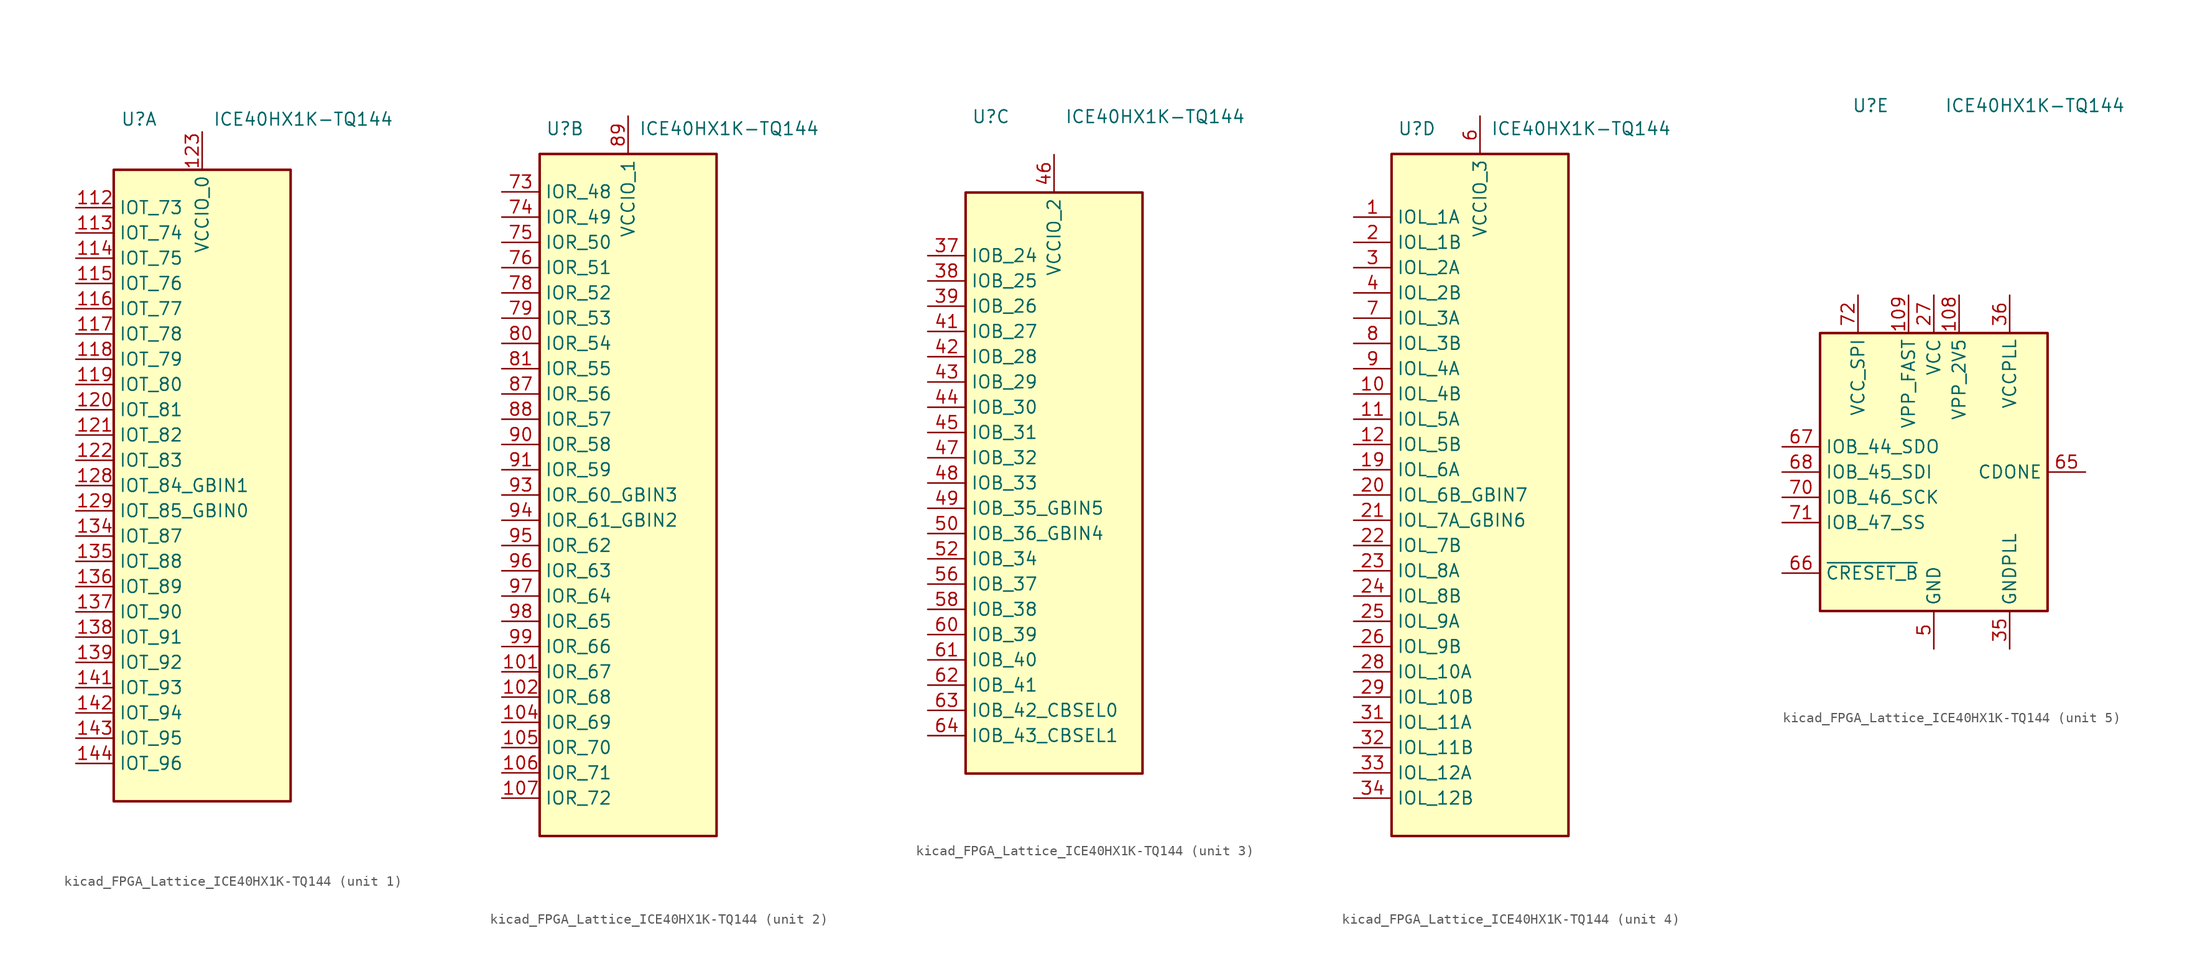
<source format=kicad_sym>
(kicad_symbol_lib
  (version 20220914)
  (generator kicad_symbol_editor)
  (symbol "kicad_FPGA_Lattice_ICE40HX1K-TQ144"
    (property "Reference" "U"
      (at -6.35 36.83 0)
      (effects (font (size 1.27 1.27))))
    (property "Value" "ICE40HX1K-TQ144"
      (at 10.16 36.83 0)
      (effects (font (size 1.27 1.27))))
    (property "ki_locked" ""
      (at 0 0 0)
      (effects (font (size 1.27 1.27))))
    (symbol "kicad_FPGA_Lattice_ICE40HX1K-TQ144_1_1"
      (rectangle (start -8.89 31.75) (end 8.89 -31.75) (stroke (width 0.254) (type default)) (fill (type background)))
      (pin bidirectional line (at -12.7 27.94 0) (length 3.81) (name "IOT_73" (effects (font (size 1.27 1.27)))) (number "112" (effects (font (size 1.27 1.27)))))
      (pin bidirectional line (at -12.7 25.4 0) (length 3.81) (name "IOT_74" (effects (font (size 1.27 1.27)))) (number "113" (effects (font (size 1.27 1.27)))))
      (pin bidirectional line (at -12.7 22.86 0) (length 3.81) (name "IOT_75" (effects (font (size 1.27 1.27)))) (number "114" (effects (font (size 1.27 1.27)))))
      (pin bidirectional line (at -12.7 20.32 0) (length 3.81) (name "IOT_76" (effects (font (size 1.27 1.27)))) (number "115" (effects (font (size 1.27 1.27)))))
      (pin bidirectional line (at -12.7 17.78 0) (length 3.81) (name "IOT_77" (effects (font (size 1.27 1.27)))) (number "116" (effects (font (size 1.27 1.27)))))
      (pin bidirectional line (at -12.7 15.24 0) (length 3.81) (name "IOT_78" (effects (font (size 1.27 1.27)))) (number "117" (effects (font (size 1.27 1.27)))))
      (pin bidirectional line (at -12.7 12.7 0) (length 3.81) (name "IOT_79" (effects (font (size 1.27 1.27)))) (number "118" (effects (font (size 1.27 1.27)))))
      (pin bidirectional line (at -12.7 10.16 0) (length 3.81) (name "IOT_80" (effects (font (size 1.27 1.27)))) (number "119" (effects (font (size 1.27 1.27)))))
      (pin bidirectional line (at -12.7 7.62 0) (length 3.81) (name "IOT_81" (effects (font (size 1.27 1.27)))) (number "120" (effects (font (size 1.27 1.27)))))
      (pin bidirectional line (at -12.7 5.08 0) (length 3.81) (name "IOT_82" (effects (font (size 1.27 1.27)))) (number "121" (effects (font (size 1.27 1.27)))))
      (pin bidirectional line (at -12.7 2.54 0) (length 3.81) (name "IOT_83" (effects (font (size 1.27 1.27)))) (number "122" (effects (font (size 1.27 1.27)))))
      (pin power_in line (at 0 35.56 270) (length 3.81) (name "VCCIO_0" (effects (font (size 1.27 1.27)))) (number "123" (effects (font (size 1.27 1.27)))))
      (pin bidirectional line (at -12.7 0 0) (length 3.81) (name "IOT_84_GBIN1" (effects (font (size 1.27 1.27)))) (number "128" (effects (font (size 1.27 1.27)))))
      (pin bidirectional line (at -12.7 -2.54 0) (length 3.81) (name "IOT_85_GBIN0" (effects (font (size 1.27 1.27)))) (number "129" (effects (font (size 1.27 1.27)))))
      (pin passive line (at 0 35.56 270) (length 3.81) hide (name "VCCIO_0" (effects (font (size 1.27 1.27)))) (number "133" (effects (font (size 1.27 1.27)))))
      (pin bidirectional line (at -12.7 -5.08 0) (length 3.81) (name "IOT_87" (effects (font (size 1.27 1.27)))) (number "134" (effects (font (size 1.27 1.27)))))
      (pin bidirectional line (at -12.7 -7.62 0) (length 3.81) (name "IOT_88" (effects (font (size 1.27 1.27)))) (number "135" (effects (font (size 1.27 1.27)))))
      (pin bidirectional line (at -12.7 -10.16 0) (length 3.81) (name "IOT_89" (effects (font (size 1.27 1.27)))) (number "136" (effects (font (size 1.27 1.27)))))
      (pin bidirectional line (at -12.7 -12.7 0) (length 3.81) (name "IOT_90" (effects (font (size 1.27 1.27)))) (number "137" (effects (font (size 1.27 1.27)))))
      (pin bidirectional line (at -12.7 -15.24 0) (length 3.81) (name "IOT_91" (effects (font (size 1.27 1.27)))) (number "138" (effects (font (size 1.27 1.27)))))
      (pin bidirectional line (at -12.7 -17.78 0) (length 3.81) (name "IOT_92" (effects (font (size 1.27 1.27)))) (number "139" (effects (font (size 1.27 1.27)))))
      (pin bidirectional line (at -12.7 -20.32 0) (length 3.81) (name "IOT_93" (effects (font (size 1.27 1.27)))) (number "141" (effects (font (size 1.27 1.27)))))
      (pin bidirectional line (at -12.7 -22.86 0) (length 3.81) (name "IOT_94" (effects (font (size 1.27 1.27)))) (number "142" (effects (font (size 1.27 1.27)))))
      (pin bidirectional line (at -12.7 -25.4 0) (length 3.81) (name "IOT_95" (effects (font (size 1.27 1.27)))) (number "143" (effects (font (size 1.27 1.27)))))
      (pin bidirectional line (at -12.7 -27.94 0) (length 3.81) (name "IOT_96" (effects (font (size 1.27 1.27)))) (number "144" (effects (font (size 1.27 1.27)))))
      (pin no_connect line (at 7.62 10.16 180) (length 3.81) hide (name "NC" (effects (font (size 1.27 1.27)))) (number "15" (effects (font (size 1.27 1.27)))))
      (pin no_connect line (at 7.62 7.62 180) (length 3.81) hide (name "NC" (effects (font (size 1.27 1.27)))) (number "16" (effects (font (size 1.27 1.27)))))
      (pin no_connect line (at 7.62 5.08 180) (length 3.81) hide (name "NC" (effects (font (size 1.27 1.27)))) (number "17" (effects (font (size 1.27 1.27)))))
      (pin no_connect line (at 7.62 -7.62 180) (length 3.81) hide (name "NC" (effects (font (size 1.27 1.27)))) (number "18" (effects (font (size 1.27 1.27)))))
      (pin no_connect line (at 7.62 -10.16 180) (length 3.81) hide (name "NC" (effects (font (size 1.27 1.27)))) (number "77" (effects (font (size 1.27 1.27))))))
    (symbol "kicad_FPGA_Lattice_ICE40HX1K-TQ144_2_1"
      (rectangle (start -8.89 34.29) (end 8.89 -34.29) (stroke (width 0.254) (type default)) (fill (type background)))
      (pin passive line (at 0 38.1 270) (length 3.81) hide (name "VCCIO_1" (effects (font (size 1.27 1.27)))) (number "100" (effects (font (size 1.27 1.27)))))
      (pin bidirectional line (at -12.7 -17.78 0) (length 3.81) (name "IOR_67" (effects (font (size 1.27 1.27)))) (number "101" (effects (font (size 1.27 1.27)))))
      (pin bidirectional line (at -12.7 -20.32 0) (length 3.81) (name "IOR_68" (effects (font (size 1.27 1.27)))) (number "102" (effects (font (size 1.27 1.27)))))
      (pin bidirectional line (at -12.7 -22.86 0) (length 3.81) (name "IOR_69" (effects (font (size 1.27 1.27)))) (number "104" (effects (font (size 1.27 1.27)))))
      (pin bidirectional line (at -12.7 -25.4 0) (length 3.81) (name "IOR_70" (effects (font (size 1.27 1.27)))) (number "105" (effects (font (size 1.27 1.27)))))
      (pin bidirectional line (at -12.7 -27.94 0) (length 3.81) (name "IOR_71" (effects (font (size 1.27 1.27)))) (number "106" (effects (font (size 1.27 1.27)))))
      (pin bidirectional line (at -12.7 -30.48 0) (length 3.81) (name "IOR_72" (effects (font (size 1.27 1.27)))) (number "107" (effects (font (size 1.27 1.27)))))
      (pin no_connect line (at 7.62 10.16 180) (length 3.81) hide (name "NC" (effects (font (size 1.27 1.27)))) (number "40" (effects (font (size 1.27 1.27)))))
      (pin no_connect line (at 7.62 7.62 180) (length 3.81) hide (name "NC" (effects (font (size 1.27 1.27)))) (number "53" (effects (font (size 1.27 1.27)))))
      (pin no_connect line (at 7.62 5.08 180) (length 3.81) hide (name "NC" (effects (font (size 1.27 1.27)))) (number "54" (effects (font (size 1.27 1.27)))))
      (pin no_connect line (at 7.62 -7.62 180) (length 3.81) hide (name "NC" (effects (font (size 1.27 1.27)))) (number "55" (effects (font (size 1.27 1.27)))))
      (pin bidirectional line (at -12.7 30.48 0) (length 3.81) (name "IOR_48" (effects (font (size 1.27 1.27)))) (number "73" (effects (font (size 1.27 1.27)))))
      (pin bidirectional line (at -12.7 27.94 0) (length 3.81) (name "IOR_49" (effects (font (size 1.27 1.27)))) (number "74" (effects (font (size 1.27 1.27)))))
      (pin bidirectional line (at -12.7 25.4 0) (length 3.81) (name "IOR_50" (effects (font (size 1.27 1.27)))) (number "75" (effects (font (size 1.27 1.27)))))
      (pin bidirectional line (at -12.7 22.86 0) (length 3.81) (name "IOR_51" (effects (font (size 1.27 1.27)))) (number "76" (effects (font (size 1.27 1.27)))))
      (pin bidirectional line (at -12.7 20.32 0) (length 3.81) (name "IOR_52" (effects (font (size 1.27 1.27)))) (number "78" (effects (font (size 1.27 1.27)))))
      (pin bidirectional line (at -12.7 17.78 0) (length 3.81) (name "IOR_53" (effects (font (size 1.27 1.27)))) (number "79" (effects (font (size 1.27 1.27)))))
      (pin bidirectional line (at -12.7 15.24 0) (length 3.81) (name "IOR_54" (effects (font (size 1.27 1.27)))) (number "80" (effects (font (size 1.27 1.27)))))
      (pin bidirectional line (at -12.7 12.7 0) (length 3.81) (name "IOR_55" (effects (font (size 1.27 1.27)))) (number "81" (effects (font (size 1.27 1.27)))))
      (pin no_connect line (at 7.62 -10.16 180) (length 3.81) hide (name "NC" (effects (font (size 1.27 1.27)))) (number "82" (effects (font (size 1.27 1.27)))))
      (pin bidirectional line (at -12.7 10.16 0) (length 3.81) (name "IOR_56" (effects (font (size 1.27 1.27)))) (number "87" (effects (font (size 1.27 1.27)))))
      (pin bidirectional line (at -12.7 7.62 0) (length 3.81) (name "IOR_57" (effects (font (size 1.27 1.27)))) (number "88" (effects (font (size 1.27 1.27)))))
      (pin power_in line (at 0 38.1 270) (length 3.81) (name "VCCIO_1" (effects (font (size 1.27 1.27)))) (number "89" (effects (font (size 1.27 1.27)))))
      (pin bidirectional line (at -12.7 5.08 0) (length 3.81) (name "IOR_58" (effects (font (size 1.27 1.27)))) (number "90" (effects (font (size 1.27 1.27)))))
      (pin bidirectional line (at -12.7 2.54 0) (length 3.81) (name "IOR_59" (effects (font (size 1.27 1.27)))) (number "91" (effects (font (size 1.27 1.27)))))
      (pin bidirectional line (at -12.7 0 0) (length 3.81) (name "IOR_60_GBIN3" (effects (font (size 1.27 1.27)))) (number "93" (effects (font (size 1.27 1.27)))))
      (pin bidirectional line (at -12.7 -2.54 0) (length 3.81) (name "IOR_61_GBIN2" (effects (font (size 1.27 1.27)))) (number "94" (effects (font (size 1.27 1.27)))))
      (pin bidirectional line (at -12.7 -5.08 0) (length 3.81) (name "IOR_62" (effects (font (size 1.27 1.27)))) (number "95" (effects (font (size 1.27 1.27)))))
      (pin bidirectional line (at -12.7 -7.62 0) (length 3.81) (name "IOR_63" (effects (font (size 1.27 1.27)))) (number "96" (effects (font (size 1.27 1.27)))))
      (pin bidirectional line (at -12.7 -10.16 0) (length 3.81) (name "IOR_64" (effects (font (size 1.27 1.27)))) (number "97" (effects (font (size 1.27 1.27)))))
      (pin bidirectional line (at -12.7 -12.7 0) (length 3.81) (name "IOR_65" (effects (font (size 1.27 1.27)))) (number "98" (effects (font (size 1.27 1.27)))))
      (pin bidirectional line (at -12.7 -15.24 0) (length 3.81) (name "IOR_66" (effects (font (size 1.27 1.27)))) (number "99" (effects (font (size 1.27 1.27))))))
    (symbol "kicad_FPGA_Lattice_ICE40HX1K-TQ144_3_1"
      (rectangle (start -8.89 29.21) (end 8.89 -29.21) (stroke (width 0.254) (type default)) (fill (type background)))
      (pin no_connect line (at 7.62 -10.16 180) (length 3.81) hide (name "NC" (effects (font (size 1.27 1.27)))) (number "110" (effects (font (size 1.27 1.27)))))
      (pin no_connect line (at 7.62 -17.78 180) (length 3.81) hide (name "NC" (effects (font (size 1.27 1.27)))) (number "124" (effects (font (size 1.27 1.27)))))
      (pin bidirectional line (at -12.7 22.86 0) (length 3.81) (name "IOB_24" (effects (font (size 1.27 1.27)))) (number "37" (effects (font (size 1.27 1.27)))))
      (pin bidirectional line (at -12.7 20.32 0) (length 3.81) (name "IOB_25" (effects (font (size 1.27 1.27)))) (number "38" (effects (font (size 1.27 1.27)))))
      (pin bidirectional line (at -12.7 17.78 0) (length 3.81) (name "IOB_26" (effects (font (size 1.27 1.27)))) (number "39" (effects (font (size 1.27 1.27)))))
      (pin bidirectional line (at -12.7 15.24 0) (length 3.81) (name "IOB_27" (effects (font (size 1.27 1.27)))) (number "41" (effects (font (size 1.27 1.27)))))
      (pin bidirectional line (at -12.7 12.7 0) (length 3.81) (name "IOB_28" (effects (font (size 1.27 1.27)))) (number "42" (effects (font (size 1.27 1.27)))))
      (pin bidirectional line (at -12.7 10.16 0) (length 3.81) (name "IOB_29" (effects (font (size 1.27 1.27)))) (number "43" (effects (font (size 1.27 1.27)))))
      (pin bidirectional line (at -12.7 7.62 0) (length 3.81) (name "IOB_30" (effects (font (size 1.27 1.27)))) (number "44" (effects (font (size 1.27 1.27)))))
      (pin bidirectional line (at -12.7 5.08 0) (length 3.81) (name "IOB_31" (effects (font (size 1.27 1.27)))) (number "45" (effects (font (size 1.27 1.27)))))
      (pin power_in line (at 0 33.02 270) (length 3.81) (name "VCCIO_2" (effects (font (size 1.27 1.27)))) (number "46" (effects (font (size 1.27 1.27)))))
      (pin bidirectional line (at -12.7 2.54 0) (length 3.81) (name "IOB_32" (effects (font (size 1.27 1.27)))) (number "47" (effects (font (size 1.27 1.27)))))
      (pin bidirectional line (at -12.7 0 0) (length 3.81) (name "IOB_33" (effects (font (size 1.27 1.27)))) (number "48" (effects (font (size 1.27 1.27)))))
      (pin bidirectional line (at -12.7 -2.54 0) (length 3.81) (name "IOB_35_GBIN5" (effects (font (size 1.27 1.27)))) (number "49" (effects (font (size 1.27 1.27)))))
      (pin bidirectional line (at -12.7 -5.08 0) (length 3.81) (name "IOB_36_GBIN4" (effects (font (size 1.27 1.27)))) (number "50" (effects (font (size 1.27 1.27)))))
      (pin bidirectional line (at -12.7 -7.62 0) (length 3.81) (name "IOB_34" (effects (font (size 1.27 1.27)))) (number "52" (effects (font (size 1.27 1.27)))))
      (pin bidirectional line (at -12.7 -10.16 0) (length 3.81) (name "IOB_37" (effects (font (size 1.27 1.27)))) (number "56" (effects (font (size 1.27 1.27)))))
      (pin passive line (at 0 33.02 270) (length 3.81) hide (name "VCCIO_2" (effects (font (size 1.27 1.27)))) (number "57" (effects (font (size 1.27 1.27)))))
      (pin bidirectional line (at -12.7 -12.7 0) (length 3.81) (name "IOB_38" (effects (font (size 1.27 1.27)))) (number "58" (effects (font (size 1.27 1.27)))))
      (pin bidirectional line (at -12.7 -15.24 0) (length 3.81) (name "IOB_39" (effects (font (size 1.27 1.27)))) (number "60" (effects (font (size 1.27 1.27)))))
      (pin bidirectional line (at -12.7 -17.78 0) (length 3.81) (name "IOB_40" (effects (font (size 1.27 1.27)))) (number "61" (effects (font (size 1.27 1.27)))))
      (pin bidirectional line (at -12.7 -20.32 0) (length 3.81) (name "IOB_41" (effects (font (size 1.27 1.27)))) (number "62" (effects (font (size 1.27 1.27)))))
      (pin bidirectional line (at -12.7 -22.86 0) (length 3.81) (name "IOB_42_CBSEL0" (effects (font (size 1.27 1.27)))) (number "63" (effects (font (size 1.27 1.27)))))
      (pin bidirectional line (at -12.7 -25.4 0) (length 3.81) (name "IOB_43_CBSEL1" (effects (font (size 1.27 1.27)))) (number "64" (effects (font (size 1.27 1.27)))))
      (pin no_connect line (at 7.62 10.16 180) (length 3.81) hide (name "NC" (effects (font (size 1.27 1.27)))) (number "83" (effects (font (size 1.27 1.27)))))
      (pin no_connect line (at 7.62 7.62 180) (length 3.81) hide (name "NC" (effects (font (size 1.27 1.27)))) (number "84" (effects (font (size 1.27 1.27)))))
      (pin no_connect line (at 7.62 -12.7 180) (length 3.81) hide (name "NC" (effects (font (size 1.27 1.27)))) (number "85" (effects (font (size 1.27 1.27))))))
    (symbol "kicad_FPGA_Lattice_ICE40HX1K-TQ144_4_1"
      (rectangle (start -8.89 34.29) (end 8.89 -34.29) (stroke (width 0.254) (type default)) (fill (type background)))
      (pin bidirectional line (at -12.7 27.94 0) (length 3.81) (name "IOL_1A" (effects (font (size 1.27 1.27)))) (number "1" (effects (font (size 1.27 1.27)))))
      (pin bidirectional line (at -12.7 10.16 0) (length 3.81) (name "IOL_4B" (effects (font (size 1.27 1.27)))) (number "10" (effects (font (size 1.27 1.27)))))
      (pin bidirectional line (at -12.7 7.62 0) (length 3.81) (name "IOL_5A" (effects (font (size 1.27 1.27)))) (number "11" (effects (font (size 1.27 1.27)))))
      (pin bidirectional line (at -12.7 5.08 0) (length 3.81) (name "IOL_5B" (effects (font (size 1.27 1.27)))) (number "12" (effects (font (size 1.27 1.27)))))
      (pin no_connect line (at 7.62 10.16 180) (length 3.81) hide (name "NC" (effects (font (size 1.27 1.27)))) (number "125" (effects (font (size 1.27 1.27)))))
      (pin no_connect line (at 7.62 7.62 180) (length 3.81) hide (name "NC" (effects (font (size 1.27 1.27)))) (number "126" (effects (font (size 1.27 1.27)))))
      (pin no_connect line (at 7.62 5.08 180) (length 3.81) hide (name "NC" (effects (font (size 1.27 1.27)))) (number "127" (effects (font (size 1.27 1.27)))))
      (pin no_connect line (at 7.62 -7.62 180) (length 3.81) hide (name "NC" (effects (font (size 1.27 1.27)))) (number "130" (effects (font (size 1.27 1.27)))))
      (pin no_connect line (at 7.62 -10.16 180) (length 3.81) hide (name "NC" (effects (font (size 1.27 1.27)))) (number "131" (effects (font (size 1.27 1.27)))))
      (pin bidirectional line (at -12.7 2.54 0) (length 3.81) (name "IOL_6A" (effects (font (size 1.27 1.27)))) (number "19" (effects (font (size 1.27 1.27)))))
      (pin bidirectional line (at -12.7 25.4 0) (length 3.81) (name "IOL_1B" (effects (font (size 1.27 1.27)))) (number "2" (effects (font (size 1.27 1.27)))))
      (pin bidirectional line (at -12.7 0 0) (length 3.81) (name "IOL_6B_GBIN7" (effects (font (size 1.27 1.27)))) (number "20" (effects (font (size 1.27 1.27)))))
      (pin bidirectional line (at -12.7 -2.54 0) (length 3.81) (name "IOL_7A_GBIN6" (effects (font (size 1.27 1.27)))) (number "21" (effects (font (size 1.27 1.27)))))
      (pin bidirectional line (at -12.7 -5.08 0) (length 3.81) (name "IOL_7B" (effects (font (size 1.27 1.27)))) (number "22" (effects (font (size 1.27 1.27)))))
      (pin bidirectional line (at -12.7 -7.62 0) (length 3.81) (name "IOL_8A" (effects (font (size 1.27 1.27)))) (number "23" (effects (font (size 1.27 1.27)))))
      (pin bidirectional line (at -12.7 -10.16 0) (length 3.81) (name "IOL_8B" (effects (font (size 1.27 1.27)))) (number "24" (effects (font (size 1.27 1.27)))))
      (pin bidirectional line (at -12.7 -12.7 0) (length 3.81) (name "IOL_9A" (effects (font (size 1.27 1.27)))) (number "25" (effects (font (size 1.27 1.27)))))
      (pin bidirectional line (at -12.7 -15.24 0) (length 3.81) (name "IOL_9B" (effects (font (size 1.27 1.27)))) (number "26" (effects (font (size 1.27 1.27)))))
      (pin bidirectional line (at -12.7 -17.78 0) (length 3.81) (name "IOL_10A" (effects (font (size 1.27 1.27)))) (number "28" (effects (font (size 1.27 1.27)))))
      (pin bidirectional line (at -12.7 -20.32 0) (length 3.81) (name "IOL_10B" (effects (font (size 1.27 1.27)))) (number "29" (effects (font (size 1.27 1.27)))))
      (pin bidirectional line (at -12.7 22.86 0) (length 3.81) (name "IOL_2A" (effects (font (size 1.27 1.27)))) (number "3" (effects (font (size 1.27 1.27)))))
      (pin passive line (at 0 38.1 270) (length 3.81) hide (name "VCCIO_3" (effects (font (size 1.27 1.27)))) (number "30" (effects (font (size 1.27 1.27)))))
      (pin bidirectional line (at -12.7 -22.86 0) (length 3.81) (name "IOL_11A" (effects (font (size 1.27 1.27)))) (number "31" (effects (font (size 1.27 1.27)))))
      (pin bidirectional line (at -12.7 -25.4 0) (length 3.81) (name "IOL_11B" (effects (font (size 1.27 1.27)))) (number "32" (effects (font (size 1.27 1.27)))))
      (pin bidirectional line (at -12.7 -27.94 0) (length 3.81) (name "IOL_12A" (effects (font (size 1.27 1.27)))) (number "33" (effects (font (size 1.27 1.27)))))
      (pin bidirectional line (at -12.7 -30.48 0) (length 3.81) (name "IOL_12B" (effects (font (size 1.27 1.27)))) (number "34" (effects (font (size 1.27 1.27)))))
      (pin bidirectional line (at -12.7 20.32 0) (length 3.81) (name "IOL_2B" (effects (font (size 1.27 1.27)))) (number "4" (effects (font (size 1.27 1.27)))))
      (pin power_in line (at 0 38.1 270) (length 3.81) (name "VCCIO_3" (effects (font (size 1.27 1.27)))) (number "6" (effects (font (size 1.27 1.27)))))
      (pin bidirectional line (at -12.7 17.78 0) (length 3.81) (name "IOL_3A" (effects (font (size 1.27 1.27)))) (number "7" (effects (font (size 1.27 1.27)))))
      (pin bidirectional line (at -12.7 15.24 0) (length 3.81) (name "IOL_3B" (effects (font (size 1.27 1.27)))) (number "8" (effects (font (size 1.27 1.27)))))
      (pin bidirectional line (at -12.7 12.7 0) (length 3.81) (name "IOL_4A" (effects (font (size 1.27 1.27)))) (number "9" (effects (font (size 1.27 1.27))))))
    (symbol "kicad_FPGA_Lattice_ICE40HX1K-TQ144_5_1"
      (rectangle (start -11.43 13.97) (end 11.43 -13.97) (stroke (width 0.254) (type default)) (fill (type background)))
      (pin passive line (at 0 -17.78 90) (length 3.81) hide (name "GND" (effects (font (size 1.27 1.27)))) (number "103" (effects (font (size 1.27 1.27)))))
      (pin power_in line (at 2.54 17.78 270) (length 3.81) (name "VPP_2V5" (effects (font (size 1.27 1.27)))) (number "108" (effects (font (size 1.27 1.27)))))
      (pin power_in line (at -2.54 17.78 270) (length 3.81) (name "VPP_FAST" (effects (font (size 1.27 1.27)))) (number "109" (effects (font (size 1.27 1.27)))))
      (pin passive line (at 0 17.78 270) (length 3.81) hide (name "VCC" (effects (font (size 1.27 1.27)))) (number "111" (effects (font (size 1.27 1.27)))))
      (pin passive line (at 0 -17.78 90) (length 3.81) hide (name "GND" (effects (font (size 1.27 1.27)))) (number "13" (effects (font (size 1.27 1.27)))))
      (pin passive line (at 0 -17.78 90) (length 3.81) hide (name "GND" (effects (font (size 1.27 1.27)))) (number "132" (effects (font (size 1.27 1.27)))))
      (pin passive line (at 0 -17.78 90) (length 3.81) hide (name "GND" (effects (font (size 1.27 1.27)))) (number "14" (effects (font (size 1.27 1.27)))))
      (pin passive line (at 0 -17.78 90) (length 3.81) hide (name "GND" (effects (font (size 1.27 1.27)))) (number "140" (effects (font (size 1.27 1.27)))))
      (pin power_in line (at 0 17.78 270) (length 3.81) (name "VCC" (effects (font (size 1.27 1.27)))) (number "27" (effects (font (size 1.27 1.27)))))
      (pin power_in line (at 7.62 -17.78 90) (length 3.81) (name "GNDPLL" (effects (font (size 1.27 1.27)))) (number "35" (effects (font (size 1.27 1.27)))))
      (pin power_in line (at 7.62 17.78 270) (length 3.81) (name "VCCPLL" (effects (font (size 1.27 1.27)))) (number "36" (effects (font (size 1.27 1.27)))))
      (pin power_in line (at 0 -17.78 90) (length 3.81) (name "GND" (effects (font (size 1.27 1.27)))) (number "5" (effects (font (size 1.27 1.27)))))
      (pin passive line (at 0 17.78 270) (length 3.81) hide (name "VCC" (effects (font (size 1.27 1.27)))) (number "51" (effects (font (size 1.27 1.27)))))
      (pin passive line (at 0 -17.78 90) (length 3.81) hide (name "GND" (effects (font (size 1.27 1.27)))) (number "59" (effects (font (size 1.27 1.27)))))
      (pin open_collector line (at 15.24 0 180) (length 3.81) (name "CDONE" (effects (font (size 1.27 1.27)))) (number "65" (effects (font (size 1.27 1.27)))))
      (pin input line (at -15.24 -10.16 0) (length 3.81) (name "~{CRESET_B}" (effects (font (size 1.27 1.27)))) (number "66" (effects (font (size 1.27 1.27)))))
      (pin bidirectional line (at -15.24 2.54 0) (length 3.81) (name "IOB_44_SDO" (effects (font (size 1.27 1.27)))) (number "67" (effects (font (size 1.27 1.27)))))
      (pin bidirectional line (at -15.24 0 0) (length 3.81) (name "IOB_45_SDI" (effects (font (size 1.27 1.27)))) (number "68" (effects (font (size 1.27 1.27)))))
      (pin passive line (at 0 -17.78 90) (length 3.81) hide (name "GND" (effects (font (size 1.27 1.27)))) (number "69" (effects (font (size 1.27 1.27)))))
      (pin bidirectional line (at -15.24 -2.54 0) (length 3.81) (name "IOB_46_SCK" (effects (font (size 1.27 1.27)))) (number "70" (effects (font (size 1.27 1.27)))))
      (pin bidirectional line (at -15.24 -5.08 0) (length 3.81) (name "IOB_47_SS" (effects (font (size 1.27 1.27)))) (number "71" (effects (font (size 1.27 1.27)))))
      (pin power_in line (at -7.62 17.78 270) (length 3.81) (name "VCC_SPI" (effects (font (size 1.27 1.27)))) (number "72" (effects (font (size 1.27 1.27)))))
      (pin passive line (at 0 -17.78 90) (length 3.81) hide (name "GND" (effects (font (size 1.27 1.27)))) (number "86" (effects (font (size 1.27 1.27)))))
      (pin passive line (at 0 17.78 270) (length 3.81) hide (name "VCC" (effects (font (size 1.27 1.27)))) (number "92" (effects (font (size 1.27 1.27))))))))
</source>
